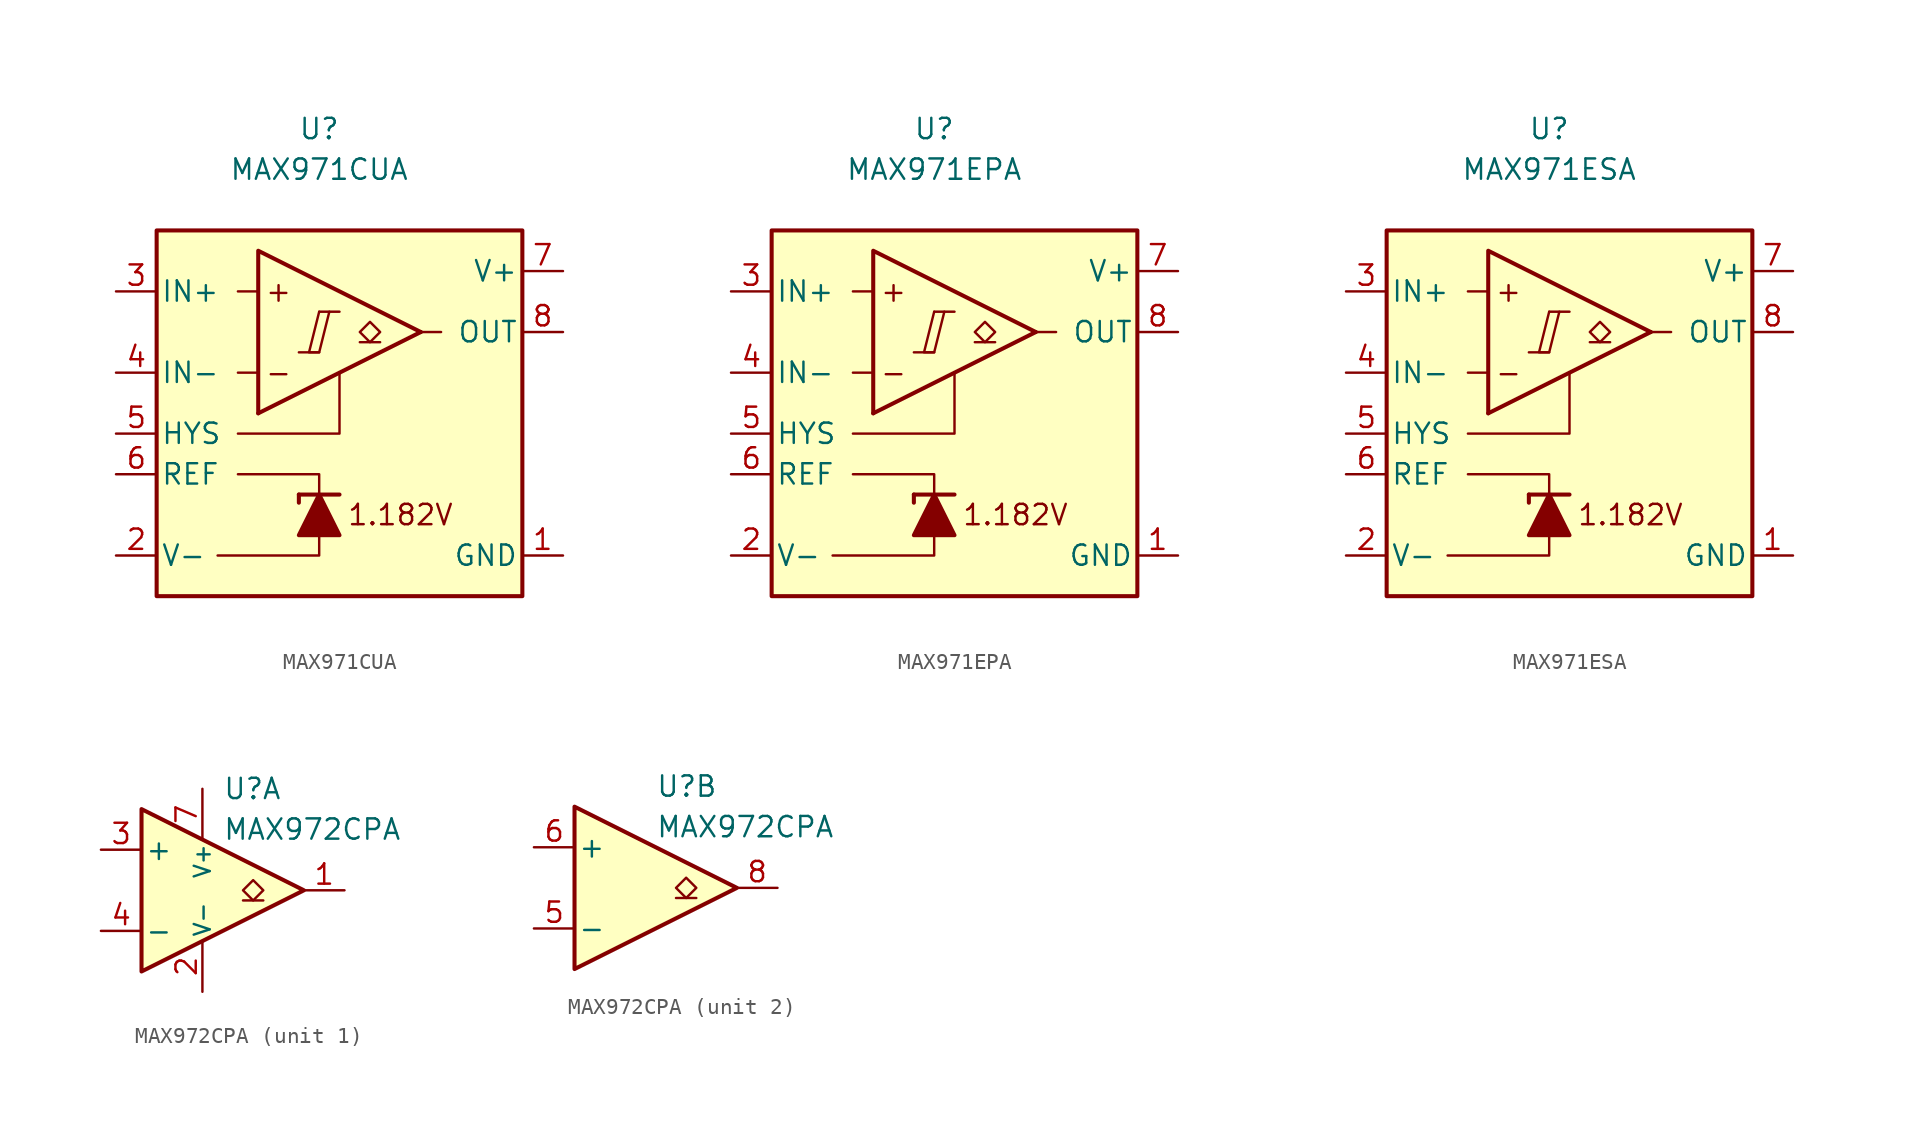
<source format=kicad_sym>
(kicad_symbol_lib
  (version 20231120)
  (generator "kicad_symbol_editor")
  (generator_version "8.0")
  (symbol "MAX971CUA"
    (pin_names
      (offset 0.254))
    (property "Reference" "U"
      (at 0 16.51 0)
      (effects (font (size 1.27 1.27))))
    (property "Value" "MAX971CUA"
      (at 0 13.97 0)
      (effects (font (size 1.27 1.27))))
    (symbol "MAX971CUA_0_0"
      (polyline (pts (xy -1.27 2.54) (xy 0 2.54)) (stroke (width 0.152) (type default)) (fill (type none)))
      (polyline (pts (xy 0 5.08) (xy 1.27 5.08)) (stroke (width 0.152) (type default)) (fill (type none)))
      (polyline (pts (xy 6.35 3.81) (xy -3.81 -1.27)) (stroke (width 0.254) (type default)) (fill (type none)))
      (polyline (pts (xy 6.35 3.81) (xy -3.81 8.89) (xy -3.81 -1.27)) (stroke (width 0.254) (type default)) (fill (type background)))
      (polyline (pts (xy 0 5.08) (xy -0.635 2.54) (xy 0 2.54) (xy 0.635 5.08)) (stroke (width 0.152) (type default)) (fill (type none)))
      (text "+" (at -2.54 6.35 0) (effects (font (size 1.27 1.27))))
      (text "-" (at -2.54 1.27 0) (effects (font (size 1.27 1.27))))
      (text "1.182V" (at 5.08 -7.62 0) (effects (font (size 1.27 1.27)))))
    (symbol "MAX971CUA_0_1"
      (polyline (pts (xy -3.81 1.27) (xy -5.08 1.27)) (stroke (width 0) (type default)) (fill (type none)))
      (polyline (pts (xy -3.81 6.35) (xy -5.08 6.35)) (stroke (width 0) (type default)) (fill (type none)))
      (polyline (pts (xy -1.27 -6.35) (xy -1.27 -6.858)) (stroke (width 0.254) (type default)) (fill (type none)))
      (polyline (pts (xy -1.27 -6.35) (xy 1.27 -6.35)) (stroke (width 0.254) (type default)) (fill (type none)))
      (polyline (pts (xy 6.35 3.81) (xy 7.62 3.81)) (stroke (width 0) (type default)) (fill (type none)))
      (polyline (pts (xy 0 -8.89) (xy 0 -10.16) (xy -6.35 -10.16)) (stroke (width 0) (type default)) (fill (type none)))
      (polyline (pts (xy 0 -6.35) (xy 0 -5.08) (xy -5.08 -5.08)) (stroke (width 0) (type default)) (fill (type none)))
      (polyline (pts (xy 1.27 1.27) (xy 1.27 -2.54) (xy -5.08 -2.54)) (stroke (width 0) (type default)) (fill (type none)))
      (polyline (pts (xy 1.27 -8.89) (xy -1.27 -8.89) (xy 0 -6.35) (xy 1.27 -8.89)) (stroke (width 0.254) (type default)) (fill (type outline)))
      (rectangle (start 12.7 10.16) (end -10.16 -12.7) (stroke (width 0.254) (type default)) (fill (type background))))
    (symbol "MAX971CUA_1_1"
      (polyline (pts (xy 3.81 3.175) (xy 2.54 3.175)) (stroke (width 0.152) (type default)) (fill (type none)))
      (polyline (pts (xy 3.175 3.175) (xy 2.54 3.81) (xy 3.175 4.445) (xy 3.81 3.81) (xy 3.175 3.175)) (stroke (width 0.152) (type default)) (fill (type none)))
      (pin power_in line (at 15.24 -10.16 180) (length 2.54) (name "GND" (effects (font (size 1.27 1.27)))) (number "1" (effects (font (size 1.27 1.27)))))
      (pin power_in line (at -12.7 -10.16 0) (length 2.54) (name "V-" (effects (font (size 1.27 1.27)))) (number "2" (effects (font (size 1.27 1.27)))))
      (pin input line (at -12.7 6.35 0) (length 2.54) (name "IN+" (effects (font (size 1.27 1.27)))) (number "3" (effects (font (size 1.27 1.27)))))
      (pin input line (at -12.7 1.27 0) (length 2.54) (name "IN-" (effects (font (size 1.27 1.27)))) (number "4" (effects (font (size 1.27 1.27)))))
      (pin input line (at -12.7 -2.54 0) (length 2.54) (name "HYS" (effects (font (size 1.27 1.27)))) (number "5" (effects (font (size 1.27 1.27)))))
      (pin output line (at -12.7 -5.08 0) (length 2.54) (name "REF" (effects (font (size 1.27 1.27)))) (number "6" (effects (font (size 1.27 1.27)))))
      (pin power_in line (at 15.24 7.62 180) (length 2.54) (name "V+" (effects (font (size 1.27 1.27)))) (number "7" (effects (font (size 1.27 1.27)))))
      (pin open_collector line (at 15.24 3.81 180) (length 2.54) (name "OUT" (effects (font (size 1.27 1.27)))) (number "8" (effects (font (size 1.27 1.27)))))))
  (symbol "MAX971EPA"
    (pin_names
      (offset 0.254))
    (property "Reference" "U"
      (at 0 16.51 0)
      (effects (font (size 1.27 1.27))))
    (property "Value" "MAX971EPA"
      (at 0 13.97 0)
      (effects (font (size 1.27 1.27))))
    (symbol "MAX971EPA_0_0"
      (polyline (pts (xy -1.27 2.54) (xy 0 2.54)) (stroke (width 0.152) (type default)) (fill (type none)))
      (polyline (pts (xy 0 5.08) (xy 1.27 5.08)) (stroke (width 0.152) (type default)) (fill (type none)))
      (polyline (pts (xy 6.35 3.81) (xy -3.81 -1.27)) (stroke (width 0.254) (type default)) (fill (type none)))
      (polyline (pts (xy 6.35 3.81) (xy -3.81 8.89) (xy -3.81 -1.27)) (stroke (width 0.254) (type default)) (fill (type background)))
      (polyline (pts (xy 0 5.08) (xy -0.635 2.54) (xy 0 2.54) (xy 0.635 5.08)) (stroke (width 0.152) (type default)) (fill (type none)))
      (text "+" (at -2.54 6.35 0) (effects (font (size 1.27 1.27))))
      (text "-" (at -2.54 1.27 0) (effects (font (size 1.27 1.27))))
      (text "1.182V" (at 5.08 -7.62 0) (effects (font (size 1.27 1.27)))))
    (symbol "MAX971EPA_0_1"
      (polyline (pts (xy -3.81 1.27) (xy -5.08 1.27)) (stroke (width 0) (type default)) (fill (type none)))
      (polyline (pts (xy -3.81 6.35) (xy -5.08 6.35)) (stroke (width 0) (type default)) (fill (type none)))
      (polyline (pts (xy -1.27 -6.35) (xy -1.27 -6.858)) (stroke (width 0.254) (type default)) (fill (type none)))
      (polyline (pts (xy -1.27 -6.35) (xy 1.27 -6.35)) (stroke (width 0.254) (type default)) (fill (type none)))
      (polyline (pts (xy 6.35 3.81) (xy 7.62 3.81)) (stroke (width 0) (type default)) (fill (type none)))
      (polyline (pts (xy 0 -8.89) (xy 0 -10.16) (xy -6.35 -10.16)) (stroke (width 0) (type default)) (fill (type none)))
      (polyline (pts (xy 0 -6.35) (xy 0 -5.08) (xy -5.08 -5.08)) (stroke (width 0) (type default)) (fill (type none)))
      (polyline (pts (xy 1.27 1.27) (xy 1.27 -2.54) (xy -5.08 -2.54)) (stroke (width 0) (type default)) (fill (type none)))
      (polyline (pts (xy 1.27 -8.89) (xy -1.27 -8.89) (xy 0 -6.35) (xy 1.27 -8.89)) (stroke (width 0.254) (type default)) (fill (type outline)))
      (rectangle (start 12.7 10.16) (end -10.16 -12.7) (stroke (width 0.254) (type default)) (fill (type background))))
    (symbol "MAX971EPA_1_1"
      (polyline (pts (xy 3.81 3.175) (xy 2.54 3.175)) (stroke (width 0.152) (type default)) (fill (type none)))
      (polyline (pts (xy 3.175 3.175) (xy 2.54 3.81) (xy 3.175 4.445) (xy 3.81 3.81) (xy 3.175 3.175)) (stroke (width 0.152) (type default)) (fill (type none)))
      (pin power_in line (at 15.24 -10.16 180) (length 2.54) (name "GND" (effects (font (size 1.27 1.27)))) (number "1" (effects (font (size 1.27 1.27)))))
      (pin power_in line (at -12.7 -10.16 0) (length 2.54) (name "V-" (effects (font (size 1.27 1.27)))) (number "2" (effects (font (size 1.27 1.27)))))
      (pin input line (at -12.7 6.35 0) (length 2.54) (name "IN+" (effects (font (size 1.27 1.27)))) (number "3" (effects (font (size 1.27 1.27)))))
      (pin input line (at -12.7 1.27 0) (length 2.54) (name "IN-" (effects (font (size 1.27 1.27)))) (number "4" (effects (font (size 1.27 1.27)))))
      (pin input line (at -12.7 -2.54 0) (length 2.54) (name "HYS" (effects (font (size 1.27 1.27)))) (number "5" (effects (font (size 1.27 1.27)))))
      (pin output line (at -12.7 -5.08 0) (length 2.54) (name "REF" (effects (font (size 1.27 1.27)))) (number "6" (effects (font (size 1.27 1.27)))))
      (pin power_in line (at 15.24 7.62 180) (length 2.54) (name "V+" (effects (font (size 1.27 1.27)))) (number "7" (effects (font (size 1.27 1.27)))))
      (pin open_collector line (at 15.24 3.81 180) (length 2.54) (name "OUT" (effects (font (size 1.27 1.27)))) (number "8" (effects (font (size 1.27 1.27)))))))
  (symbol "MAX971ESA"
    (pin_names
      (offset 0.254))
    (property "Reference" "U"
      (at 0 16.51 0)
      (effects (font (size 1.27 1.27))))
    (property "Value" "MAX971ESA"
      (at 0 13.97 0)
      (effects (font (size 1.27 1.27))))
    (symbol "MAX971ESA_0_0"
      (polyline (pts (xy -1.27 2.54) (xy 0 2.54)) (stroke (width 0.152) (type default)) (fill (type none)))
      (polyline (pts (xy 0 5.08) (xy 1.27 5.08)) (stroke (width 0.152) (type default)) (fill (type none)))
      (polyline (pts (xy 6.35 3.81) (xy -3.81 -1.27)) (stroke (width 0.254) (type default)) (fill (type none)))
      (polyline (pts (xy 6.35 3.81) (xy -3.81 8.89) (xy -3.81 -1.27)) (stroke (width 0.254) (type default)) (fill (type background)))
      (polyline (pts (xy 0 5.08) (xy -0.635 2.54) (xy 0 2.54) (xy 0.635 5.08)) (stroke (width 0.152) (type default)) (fill (type none)))
      (text "+" (at -2.54 6.35 0) (effects (font (size 1.27 1.27))))
      (text "-" (at -2.54 1.27 0) (effects (font (size 1.27 1.27))))
      (text "1.182V" (at 5.08 -7.62 0) (effects (font (size 1.27 1.27)))))
    (symbol "MAX971ESA_0_1"
      (polyline (pts (xy -3.81 1.27) (xy -5.08 1.27)) (stroke (width 0) (type default)) (fill (type none)))
      (polyline (pts (xy -3.81 6.35) (xy -5.08 6.35)) (stroke (width 0) (type default)) (fill (type none)))
      (polyline (pts (xy -1.27 -6.35) (xy -1.27 -6.858)) (stroke (width 0.254) (type default)) (fill (type none)))
      (polyline (pts (xy -1.27 -6.35) (xy 1.27 -6.35)) (stroke (width 0.254) (type default)) (fill (type none)))
      (polyline (pts (xy 6.35 3.81) (xy 7.62 3.81)) (stroke (width 0) (type default)) (fill (type none)))
      (polyline (pts (xy 0 -8.89) (xy 0 -10.16) (xy -6.35 -10.16)) (stroke (width 0) (type default)) (fill (type none)))
      (polyline (pts (xy 0 -6.35) (xy 0 -5.08) (xy -5.08 -5.08)) (stroke (width 0) (type default)) (fill (type none)))
      (polyline (pts (xy 1.27 1.27) (xy 1.27 -2.54) (xy -5.08 -2.54)) (stroke (width 0) (type default)) (fill (type none)))
      (polyline (pts (xy 1.27 -8.89) (xy -1.27 -8.89) (xy 0 -6.35) (xy 1.27 -8.89)) (stroke (width 0.254) (type default)) (fill (type outline)))
      (rectangle (start 12.7 10.16) (end -10.16 -12.7) (stroke (width 0.254) (type default)) (fill (type background))))
    (symbol "MAX971ESA_1_1"
      (polyline (pts (xy 3.81 3.175) (xy 2.54 3.175)) (stroke (width 0.152) (type default)) (fill (type none)))
      (polyline (pts (xy 3.175 3.175) (xy 2.54 3.81) (xy 3.175 4.445) (xy 3.81 3.81) (xy 3.175 3.175)) (stroke (width 0.152) (type default)) (fill (type none)))
      (pin power_in line (at 15.24 -10.16 180) (length 2.54) (name "GND" (effects (font (size 1.27 1.27)))) (number "1" (effects (font (size 1.27 1.27)))))
      (pin power_in line (at -12.7 -10.16 0) (length 2.54) (name "V-" (effects (font (size 1.27 1.27)))) (number "2" (effects (font (size 1.27 1.27)))))
      (pin input line (at -12.7 6.35 0) (length 2.54) (name "IN+" (effects (font (size 1.27 1.27)))) (number "3" (effects (font (size 1.27 1.27)))))
      (pin input line (at -12.7 1.27 0) (length 2.54) (name "IN-" (effects (font (size 1.27 1.27)))) (number "4" (effects (font (size 1.27 1.27)))))
      (pin input line (at -12.7 -2.54 0) (length 2.54) (name "HYS" (effects (font (size 1.27 1.27)))) (number "5" (effects (font (size 1.27 1.27)))))
      (pin output line (at -12.7 -5.08 0) (length 2.54) (name "REF" (effects (font (size 1.27 1.27)))) (number "6" (effects (font (size 1.27 1.27)))))
      (pin power_in line (at 15.24 7.62 180) (length 2.54) (name "V+" (effects (font (size 1.27 1.27)))) (number "7" (effects (font (size 1.27 1.27)))))
      (pin open_collector line (at 15.24 3.81 180) (length 2.54) (name "OUT" (effects (font (size 1.27 1.27)))) (number "8" (effects (font (size 1.27 1.27)))))))
  (symbol "MAX972CPA"
    (pin_names
      (offset 0.2))
    (property "Reference" "U"
      (at 1.27 6.35 0)
      (effects (font (size 1.27 1.27)) (justify left)))
    (property "Value" "MAX972CPA"
      (at 1.27 3.81 0)
      (effects (font (size 1.27 1.27)) (justify left)))
    (property "ki_locked" ""
      (at 0 0 0)
      (effects (font (size 1.27 1.27))))
    (symbol "MAX972CPA_0_1"
      (polyline (pts (xy -3.81 5.08) (xy -3.81 -5.08) (xy 6.35 0) (xy -3.81 5.08)) (stroke (width 0.254) (type default)) (fill (type background))))
    (symbol "MAX972CPA_1_1"
      (polyline (pts (xy 3.81 -0.635) (xy 2.54 -0.635)) (stroke (width 0.152) (type default)) (fill (type none)))
      (polyline (pts (xy 3.175 -0.635) (xy 2.54 0) (xy 3.175 0.635) (xy 3.81 0) (xy 3.175 -0.635)) (stroke (width 0.152) (type default)) (fill (type none)))
      (pin output line (at 8.89 0 180) (length 2.54) (name "~" (effects (font (size 1.27 1.27)))) (number "1" (effects (font (size 1.27 1.27)))))
      (pin power_in line (at 0 -6.35 90) (length 3.18) (name "V-" (effects (font (size 1 1)))) (number "2" (effects (font (size 1.27 1.27)))))
      (pin input line (at -6.35 2.54 0) (length 2.54) (name "+" (effects (font (size 1.27 1.27)))) (number "3" (effects (font (size 1.27 1.27)))))
      (pin input line (at -6.35 -2.54 0) (length 2.54) (name "-" (effects (font (size 1.27 1.27)))) (number "4" (effects (font (size 1.27 1.27)))))
      (pin power_in line (at 0 6.35 270) (length 3.18) (name "V+" (effects (font (size 1 1)))) (number "7" (effects (font (size 1.27 1.27))))))
    (symbol "MAX972CPA_2_1"
      (polyline (pts (xy 3.81 -0.635) (xy 2.54 -0.635)) (stroke (width 0.152) (type default)) (fill (type none)))
      (polyline (pts (xy 3.175 -0.635) (xy 2.54 0) (xy 3.175 0.635) (xy 3.81 0) (xy 3.175 -0.635)) (stroke (width 0.152) (type default)) (fill (type none)))
      (pin input line (at -6.35 -2.54 0) (length 2.54) (name "-" (effects (font (size 1.27 1.27)))) (number "5" (effects (font (size 1.27 1.27)))))
      (pin input line (at -6.35 2.54 0) (length 2.54) (name "+" (effects (font (size 1.27 1.27)))) (number "6" (effects (font (size 1.27 1.27)))))
      (pin output line (at 8.89 0 180) (length 2.54) (name "~" (effects (font (size 1.27 1.27)))) (number "8" (effects (font (size 1.27 1.27))))))))
</source>
